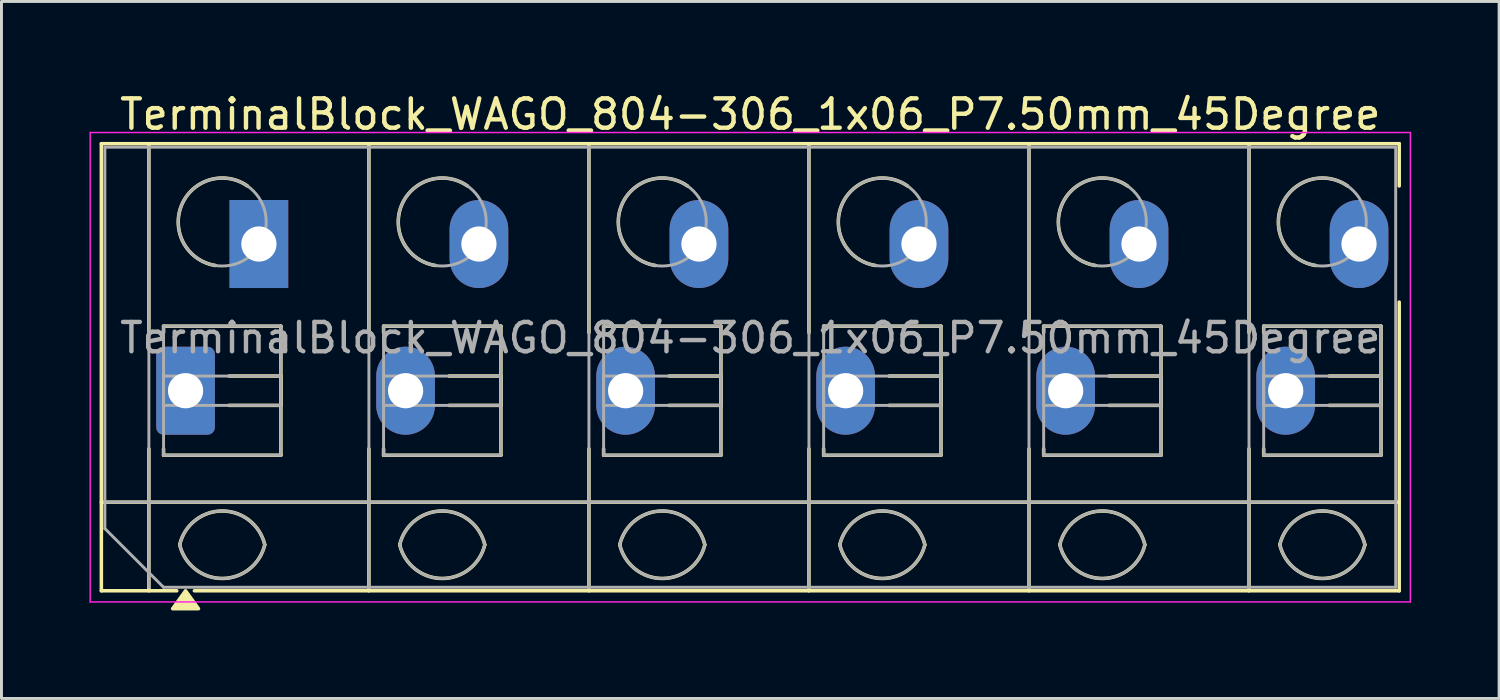
<source format=kicad_pcb>
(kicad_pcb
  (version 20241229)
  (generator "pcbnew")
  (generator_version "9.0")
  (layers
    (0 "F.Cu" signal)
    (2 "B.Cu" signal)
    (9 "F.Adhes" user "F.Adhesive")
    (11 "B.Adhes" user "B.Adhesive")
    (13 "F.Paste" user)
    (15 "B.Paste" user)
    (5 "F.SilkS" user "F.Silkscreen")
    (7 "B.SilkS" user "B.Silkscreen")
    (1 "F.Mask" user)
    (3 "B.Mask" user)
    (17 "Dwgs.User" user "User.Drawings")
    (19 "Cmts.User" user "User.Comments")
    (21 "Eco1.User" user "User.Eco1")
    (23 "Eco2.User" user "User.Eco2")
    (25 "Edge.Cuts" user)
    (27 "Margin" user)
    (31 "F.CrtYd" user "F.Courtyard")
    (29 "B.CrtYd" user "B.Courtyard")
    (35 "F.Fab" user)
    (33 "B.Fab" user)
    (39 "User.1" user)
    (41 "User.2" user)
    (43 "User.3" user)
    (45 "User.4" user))
  (footprint "TerminalBlock_WAGO_804-306_1x06_P7.50mm_45Degree"
    (layer "F.Cu")
    (at 3.275 10.268)
    (property "Reference" "TerminalBlock_WAGO_804-306_1x06_P7.50mm_45Degree" (at 19.25 -9.42 0) (layer "F.SilkS") (effects (font (size 1 1) (thickness 0.15))))
    (attr through_hole)
    (fp_line (start -2.87 -8.42) (end 41.37 -8.42) (stroke (width 0.12) (type solid)) (layer "F.SilkS"))
    (fp_line (start -2.87 3.8) (end 41.37 3.8) (stroke (width 0.12) (type solid)) (layer "F.SilkS"))
    (fp_line (start -2.87 6.82) (end -2.87 -8.42) (stroke (width 0.12) (type solid)) (layer "F.SilkS"))
    (fp_line (start -1.25 -8.42) (end -1.25 -1.98) (stroke (width 0.12) (type solid)) (layer "F.SilkS"))
    (fp_line (start -1.25 1.98) (end -1.25 6.82) (stroke (width 0.12) (type solid)) (layer "F.SilkS"))
    (fp_line (start -0.75 -2.2) (end 3.25 -2.2) (stroke (width 0.12) (type solid)) (layer "F.SilkS"))
    (fp_line (start -0.75 -1.98) (end -0.75 -2.2) (stroke (width 0.12) (type solid)) (layer "F.SilkS"))
    (fp_line (start -0.75 2.2) (end -0.75 1.98) (stroke (width 0.12) (type solid)) (layer "F.SilkS"))
    (fp_line (start -0.3 6.82) (end -2.87 6.82) (stroke (width 0.12) (type solid)) (layer "F.SilkS"))
    (fp_line (start 1.48 -0.5) (end 3.25 -0.5) (stroke (width 0.12) (type solid)) (layer "F.SilkS"))
    (fp_line (start 3.25 -2.2) (end 3.25 2.2) (stroke (width 0.12) (type solid)) (layer "F.SilkS"))
    (fp_line (start 3.25 -0.5) (end 3.25 0.5) (stroke (width 0.12) (type solid)) (layer "F.SilkS"))
    (fp_line (start 3.25 0.5) (end 1.48 0.5) (stroke (width 0.12) (type solid)) (layer "F.SilkS"))
    (fp_line (start 3.25 2.2) (end -0.75 2.2) (stroke (width 0.12) (type solid)) (layer "F.SilkS"))
    (fp_line (start 6.25 -8.42) (end 6.25 -1.98) (stroke (width 0.12) (type solid)) (layer "F.SilkS"))
    (fp_line (start 6.25 1.98) (end 6.25 6.82) (stroke (width 0.12) (type solid)) (layer "F.SilkS"))
    (fp_line (start 6.75 -2.2) (end 10.75 -2.2) (stroke (width 0.12) (type solid)) (layer "F.SilkS"))
    (fp_line (start 6.75 -1.98) (end 6.75 -2.2) (stroke (width 0.12) (type solid)) (layer "F.SilkS"))
    (fp_line (start 6.75 2.2) (end 6.75 1.98) (stroke (width 0.12) (type solid)) (layer "F.SilkS"))
    (fp_line (start 8.98 -0.5) (end 10.75 -0.5) (stroke (width 0.12) (type solid)) (layer "F.SilkS"))
    (fp_line (start 10.75 -2.2) (end 10.75 2.2) (stroke (width 0.12) (type solid)) (layer "F.SilkS"))
    (fp_line (start 10.75 -0.5) (end 10.75 0.5) (stroke (width 0.12) (type solid)) (layer "F.SilkS"))
    (fp_line (start 10.75 0.5) (end 8.98 0.5) (stroke (width 0.12) (type solid)) (layer "F.SilkS"))
    (fp_line (start 10.75 2.2) (end 6.75 2.2) (stroke (width 0.12) (type solid)) (layer "F.SilkS"))
    (fp_line (start 13.75 -8.42) (end 13.75 -1.98) (stroke (width 0.12) (type solid)) (layer "F.SilkS"))
    (fp_line (start 13.75 1.98) (end 13.75 6.82) (stroke (width 0.12) (type solid)) (layer "F.SilkS"))
    (fp_line (start 14.25 -2.2) (end 18.25 -2.2) (stroke (width 0.12) (type solid)) (layer "F.SilkS"))
    (fp_line (start 14.25 -1.98) (end 14.25 -2.2) (stroke (width 0.12) (type solid)) (layer "F.SilkS"))
    (fp_line (start 14.25 2.2) (end 14.25 1.98) (stroke (width 0.12) (type solid)) (layer "F.SilkS"))
    (fp_line (start 16.48 -0.5) (end 18.25 -0.5) (stroke (width 0.12) (type solid)) (layer "F.SilkS"))
    (fp_line (start 18.25 -2.2) (end 18.25 2.2) (stroke (width 0.12) (type solid)) (layer "F.SilkS"))
    (fp_line (start 18.25 -0.5) (end 18.25 0.5) (stroke (width 0.12) (type solid)) (layer "F.SilkS"))
    (fp_line (start 18.25 0.5) (end 16.48 0.5) (stroke (width 0.12) (type solid)) (layer "F.SilkS"))
    (fp_line (start 18.25 2.2) (end 14.25 2.2) (stroke (width 0.12) (type solid)) (layer "F.SilkS"))
    (fp_line (start 21.25 -8.42) (end 21.25 -1.98) (stroke (width 0.12) (type solid)) (layer "F.SilkS"))
    (fp_line (start 21.25 1.98) (end 21.25 6.82) (stroke (width 0.12) (type solid)) (layer "F.SilkS"))
    (fp_line (start 21.75 -2.2) (end 25.75 -2.2) (stroke (width 0.12) (type solid)) (layer "F.SilkS"))
    (fp_line (start 21.75 -1.98) (end 21.75 -2.2) (stroke (width 0.12) (type solid)) (layer "F.SilkS"))
    (fp_line (start 21.75 2.2) (end 21.75 1.98) (stroke (width 0.12) (type solid)) (layer "F.SilkS"))
    (fp_line (start 23.98 -0.5) (end 25.75 -0.5) (stroke (width 0.12) (type solid)) (layer "F.SilkS"))
    (fp_line (start 25.75 -2.2) (end 25.75 2.2) (stroke (width 0.12) (type solid)) (layer "F.SilkS"))
    (fp_line (start 25.75 -0.5) (end 25.75 0.5) (stroke (width 0.12) (type solid)) (layer "F.SilkS"))
    (fp_line (start 25.75 0.5) (end 23.98 0.5) (stroke (width 0.12) (type solid)) (layer "F.SilkS"))
    (fp_line (start 25.75 2.2) (end 21.75 2.2) (stroke (width 0.12) (type solid)) (layer "F.SilkS"))
    (fp_line (start 28.75 -8.42) (end 28.75 -1.98) (stroke (width 0.12) (type solid)) (layer "F.SilkS"))
    (fp_line (start 28.75 1.98) (end 28.75 6.82) (stroke (width 0.12) (type solid)) (layer "F.SilkS"))
    (fp_line (start 29.25 -2.2) (end 33.25 -2.2) (stroke (width 0.12) (type solid)) (layer "F.SilkS"))
    (fp_line (start 29.25 -1.98) (end 29.25 -2.2) (stroke (width 0.12) (type solid)) (layer "F.SilkS"))
    (fp_line (start 29.25 2.2) (end 29.25 1.98) (stroke (width 0.12) (type solid)) (layer "F.SilkS"))
    (fp_line (start 31.48 -0.5) (end 33.25 -0.5) (stroke (width 0.12) (type solid)) (layer "F.SilkS"))
    (fp_line (start 33.25 -2.2) (end 33.25 2.2) (stroke (width 0.12) (type solid)) (layer "F.SilkS"))
    (fp_line (start 33.25 -0.5) (end 33.25 0.5) (stroke (width 0.12) (type solid)) (layer "F.SilkS"))
    (fp_line (start 33.25 0.5) (end 31.48 0.5) (stroke (width 0.12) (type solid)) (layer "F.SilkS"))
    (fp_line (start 33.25 2.2) (end 29.25 2.2) (stroke (width 0.12) (type solid)) (layer "F.SilkS"))
    (fp_line (start 36.25 -8.42) (end 36.25 -1.98) (stroke (width 0.12) (type solid)) (layer "F.SilkS"))
    (fp_line (start 36.25 1.98) (end 36.25 6.82) (stroke (width 0.12) (type solid)) (layer "F.SilkS"))
    (fp_line (start 36.75 -2.2) (end 40.75 -2.2) (stroke (width 0.12) (type solid)) (layer "F.SilkS"))
    (fp_line (start 36.75 -1.98) (end 36.75 -2.2) (stroke (width 0.12) (type solid)) (layer "F.SilkS"))
    (fp_line (start 36.75 2.2) (end 36.75 1.98) (stroke (width 0.12) (type solid)) (layer "F.SilkS"))
    (fp_line (start 38.98 -0.5) (end 40.75 -0.5) (stroke (width 0.12) (type solid)) (layer "F.SilkS"))
    (fp_line (start 40.75 -2.2) (end 40.75 2.2) (stroke (width 0.12) (type solid)) (layer "F.SilkS"))
    (fp_line (start 40.75 -0.5) (end 40.75 0.5) (stroke (width 0.12) (type solid)) (layer "F.SilkS"))
    (fp_line (start 40.75 0.5) (end 38.98 0.5) (stroke (width 0.12) (type solid)) (layer "F.SilkS"))
    (fp_line (start 40.75 2.2) (end 36.75 2.2) (stroke (width 0.12) (type solid)) (layer "F.SilkS"))
    (fp_line (start 41.37 -8.42) (end 41.37 -6.98) (stroke (width 0.12) (type solid)) (layer "F.SilkS"))
    (fp_line (start 41.37 -3.02) (end 41.37 6.82) (stroke (width 0.12) (type solid)) (layer "F.SilkS"))
    (fp_line (start 41.37 6.82) (end 0.3 6.82) (stroke (width 0.12) (type solid)) (layer "F.SilkS"))
    (fp_arc (start -0.2 5.25) (mid 1.25 4.1) (end 2.7 5.25) (stroke (width 0.12) (type solid)) (layer "F.SilkS"))
    (fp_arc (start 1.02 -4.268) (mid -0.141916 -6.309209) (end 2.109 -6.98) (stroke (width 0.12) (type solid)) (layer "F.SilkS"))
    (fp_arc (start 2.7 5.25) (mid 1.25 6.4) (end -0.2 5.25) (stroke (width 0.12) (type solid)) (layer "F.SilkS"))
    (fp_arc (start 7.3 5.25) (mid 8.75 4.1) (end 10.2 5.25) (stroke (width 0.12) (type solid)) (layer "F.SilkS"))
    (fp_arc (start 8.52 -4.268) (mid 7.358084 -6.309209) (end 9.609 -6.98) (stroke (width 0.12) (type solid)) (layer "F.SilkS"))
    (fp_arc (start 10.2 5.25) (mid 8.75 6.4) (end 7.3 5.25) (stroke (width 0.12) (type solid)) (layer "F.SilkS"))
    (fp_arc (start 14.8 5.25) (mid 16.25 4.1) (end 17.7 5.25) (stroke (width 0.12) (type solid)) (layer "F.SilkS"))
    (fp_arc (start 16.02 -4.268) (mid 14.858084 -6.309209) (end 17.109 -6.98) (stroke (width 0.12) (type solid)) (layer "F.SilkS"))
    (fp_arc (start 17.7 5.25) (mid 16.25 6.4) (end 14.8 5.25) (stroke (width 0.12) (type solid)) (layer "F.SilkS"))
    (fp_arc (start 22.3 5.25) (mid 23.75 4.1) (end 25.2 5.25) (stroke (width 0.12) (type solid)) (layer "F.SilkS"))
    (fp_arc (start 23.52 -4.268) (mid 22.358084 -6.309209) (end 24.609 -6.98) (stroke (width 0.12) (type solid)) (layer "F.SilkS"))
    (fp_arc (start 25.2 5.25) (mid 23.75 6.4) (end 22.3 5.25) (stroke (width 0.12) (type solid)) (layer "F.SilkS"))
    (fp_arc (start 29.8 5.25) (mid 31.25 4.1) (end 32.7 5.25) (stroke (width 0.12) (type solid)) (layer "F.SilkS"))
    (fp_arc (start 31.02 -4.268) (mid 29.858084 -6.309209) (end 32.109 -6.98) (stroke (width 0.12) (type solid)) (layer "F.SilkS"))
    (fp_arc (start 32.7 5.25) (mid 31.25 6.4) (end 29.8 5.25) (stroke (width 0.12) (type solid)) (layer "F.SilkS"))
    (fp_arc (start 37.3 5.25) (mid 38.75 4.1) (end 40.2 5.25) (stroke (width 0.12) (type solid)) (layer "F.SilkS"))
    (fp_arc (start 38.52 -4.268) (mid 37.358084 -6.309209) (end 39.609 -6.98) (stroke (width 0.12) (type solid)) (layer "F.SilkS"))
    (fp_arc (start 40.2 5.25) (mid 38.75 6.4) (end 37.3 5.25) (stroke (width 0.12) (type solid)) (layer "F.SilkS"))
    (fp_poly (pts (xy 0 6.82) (xy 0.44 7.43) (xy -0.44 7.43)) (stroke (width 0.12) (type solid)) (fill yes) (layer "F.SilkS"))
    (fp_line (start -3.25 -8.8) (end -3.25 7.2) (stroke (width 0.05) (type solid)) (layer "F.CrtYd"))
    (fp_line (start -3.25 7.2) (end 41.75 7.2) (stroke (width 0.05) (type solid)) (layer "F.CrtYd"))
    (fp_line (start 41.75 -8.8) (end -3.25 -8.8) (stroke (width 0.05) (type solid)) (layer "F.CrtYd"))
    (fp_line (start 41.75 7.2) (end 41.75 -8.8) (stroke (width 0.05) (type solid)) (layer "F.CrtYd"))
    (fp_line (start -2.75 -8.3) (end 41.25 -8.3) (stroke (width 0.1) (type solid)) (layer "F.Fab"))
    (fp_line (start -2.75 3.8) (end 41.25 3.8) (stroke (width 0.1) (type solid)) (layer "F.Fab"))
    (fp_line (start -2.75 4.7) (end -2.75 -8.3) (stroke (width 0.1) (type solid)) (layer "F.Fab"))
    (fp_line (start -1.25 -8.3) (end -1.25 6.7) (stroke (width 0.1) (type solid)) (layer "F.Fab"))
    (fp_line (start -0.75 -2.2) (end -0.75 2.2) (stroke (width 0.1) (type solid)) (layer "F.Fab"))
    (fp_line (start -0.75 -0.5) (end -0.75 0.5) (stroke (width 0.1) (type solid)) (layer "F.Fab"))
    (fp_line (start -0.75 0.5) (end 3.25 0.5) (stroke (width 0.1) (type solid)) (layer "F.Fab"))
    (fp_line (start -0.75 2.2) (end 3.25 2.2) (stroke (width 0.1) (type solid)) (layer "F.Fab"))
    (fp_line (start -0.75 6.7) (end -2.75 4.7) (stroke (width 0.1) (type solid)) (layer "F.Fab"))
    (fp_line (start 3.25 -2.2) (end -0.75 -2.2) (stroke (width 0.1) (type solid)) (layer "F.Fab"))
    (fp_line (start 3.25 -0.5) (end -0.75 -0.5) (stroke (width 0.1) (type solid)) (layer "F.Fab"))
    (fp_line (start 3.25 0.5) (end 3.25 -0.5) (stroke (width 0.1) (type solid)) (layer "F.Fab"))
    (fp_line (start 3.25 2.2) (end 3.25 -2.2) (stroke (width 0.1) (type solid)) (layer "F.Fab"))
    (fp_line (start 6.25 -8.3) (end 6.25 6.7) (stroke (width 0.1) (type solid)) (layer "F.Fab"))
    (fp_line (start 6.75 -2.2) (end 6.75 2.2) (stroke (width 0.1) (type solid)) (layer "F.Fab"))
    (fp_line (start 6.75 -0.5) (end 6.75 0.5) (stroke (width 0.1) (type solid)) (layer "F.Fab"))
    (fp_line (start 6.75 0.5) (end 10.75 0.5) (stroke (width 0.1) (type solid)) (layer "F.Fab"))
    (fp_line (start 6.75 2.2) (end 10.75 2.2) (stroke (width 0.1) (type solid)) (layer "F.Fab"))
    (fp_line (start 10.75 -2.2) (end 6.75 -2.2) (stroke (width 0.1) (type solid)) (layer "F.Fab"))
    (fp_line (start 10.75 -0.5) (end 6.75 -0.5) (stroke (width 0.1) (type solid)) (layer "F.Fab"))
    (fp_line (start 10.75 0.5) (end 10.75 -0.5) (stroke (width 0.1) (type solid)) (layer "F.Fab"))
    (fp_line (start 10.75 2.2) (end 10.75 -2.2) (stroke (width 0.1) (type solid)) (layer "F.Fab"))
    (fp_line (start 13.75 -8.3) (end 13.75 6.7) (stroke (width 0.1) (type solid)) (layer "F.Fab"))
    (fp_line (start 14.25 -2.2) (end 14.25 2.2) (stroke (width 0.1) (type solid)) (layer "F.Fab"))
    (fp_line (start 14.25 -0.5) (end 14.25 0.5) (stroke (width 0.1) (type solid)) (layer "F.Fab"))
    (fp_line (start 14.25 0.5) (end 18.25 0.5) (stroke (width 0.1) (type solid)) (layer "F.Fab"))
    (fp_line (start 14.25 2.2) (end 18.25 2.2) (stroke (width 0.1) (type solid)) (layer "F.Fab"))
    (fp_line (start 18.25 -2.2) (end 14.25 -2.2) (stroke (width 0.1) (type solid)) (layer "F.Fab"))
    (fp_line (start 18.25 -0.5) (end 14.25 -0.5) (stroke (width 0.1) (type solid)) (layer "F.Fab"))
    (fp_line (start 18.25 0.5) (end 18.25 -0.5) (stroke (width 0.1) (type solid)) (layer "F.Fab"))
    (fp_line (start 18.25 2.2) (end 18.25 -2.2) (stroke (width 0.1) (type solid)) (layer "F.Fab"))
    (fp_line (start 21.25 -8.3) (end 21.25 6.7) (stroke (width 0.1) (type solid)) (layer "F.Fab"))
    (fp_line (start 21.75 -2.2) (end 21.75 2.2) (stroke (width 0.1) (type solid)) (layer "F.Fab"))
    (fp_line (start 21.75 -0.5) (end 21.75 0.5) (stroke (width 0.1) (type solid)) (layer "F.Fab"))
    (fp_line (start 21.75 0.5) (end 25.75 0.5) (stroke (width 0.1) (type solid)) (layer "F.Fab"))
    (fp_line (start 21.75 2.2) (end 25.75 2.2) (stroke (width 0.1) (type solid)) (layer "F.Fab"))
    (fp_line (start 25.75 -2.2) (end 21.75 -2.2) (stroke (width 0.1) (type solid)) (layer "F.Fab"))
    (fp_line (start 25.75 -0.5) (end 21.75 -0.5) (stroke (width 0.1) (type solid)) (layer "F.Fab"))
    (fp_line (start 25.75 0.5) (end 25.75 -0.5) (stroke (width 0.1) (type solid)) (layer "F.Fab"))
    (fp_line (start 25.75 2.2) (end 25.75 -2.2) (stroke (width 0.1) (type solid)) (layer "F.Fab"))
    (fp_line (start 28.75 -8.3) (end 28.75 6.7) (stroke (width 0.1) (type solid)) (layer "F.Fab"))
    (fp_line (start 29.25 -2.2) (end 29.25 2.2) (stroke (width 0.1) (type solid)) (layer "F.Fab"))
    (fp_line (start 29.25 -0.5) (end 29.25 0.5) (stroke (width 0.1) (type solid)) (layer "F.Fab"))
    (fp_line (start 29.25 0.5) (end 33.25 0.5) (stroke (width 0.1) (type solid)) (layer "F.Fab"))
    (fp_line (start 29.25 2.2) (end 33.25 2.2) (stroke (width 0.1) (type solid)) (layer "F.Fab"))
    (fp_line (start 33.25 -2.2) (end 29.25 -2.2) (stroke (width 0.1) (type solid)) (layer "F.Fab"))
    (fp_line (start 33.25 -0.5) (end 29.25 -0.5) (stroke (width 0.1) (type solid)) (layer "F.Fab"))
    (fp_line (start 33.25 0.5) (end 33.25 -0.5) (stroke (width 0.1) (type solid)) (layer "F.Fab"))
    (fp_line (start 33.25 2.2) (end 33.25 -2.2) (stroke (width 0.1) (type solid)) (layer "F.Fab"))
    (fp_line (start 36.25 -8.3) (end 36.25 6.7) (stroke (width 0.1) (type solid)) (layer "F.Fab"))
    (fp_line (start 36.75 -2.2) (end 36.75 2.2) (stroke (width 0.1) (type solid)) (layer "F.Fab"))
    (fp_line (start 36.75 -0.5) (end 36.75 0.5) (stroke (width 0.1) (type solid)) (layer "F.Fab"))
    (fp_line (start 36.75 0.5) (end 40.75 0.5) (stroke (width 0.1) (type solid)) (layer "F.Fab"))
    (fp_line (start 36.75 2.2) (end 40.75 2.2) (stroke (width 0.1) (type solid)) (layer "F.Fab"))
    (fp_line (start 40.75 -2.2) (end 36.75 -2.2) (stroke (width 0.1) (type solid)) (layer "F.Fab"))
    (fp_line (start 40.75 -0.5) (end 36.75 -0.5) (stroke (width 0.1) (type solid)) (layer "F.Fab"))
    (fp_line (start 40.75 0.5) (end 40.75 -0.5) (stroke (width 0.1) (type solid)) (layer "F.Fab"))
    (fp_line (start 40.75 2.2) (end 40.75 -2.2) (stroke (width 0.1) (type solid)) (layer "F.Fab"))
    (fp_line (start 41.25 -8.3) (end 41.25 6.7) (stroke (width 0.1) (type solid)) (layer "F.Fab"))
    (fp_line (start 41.25 6.7) (end -0.75 6.7) (stroke (width 0.1) (type solid)) (layer "F.Fab"))
    (fp_arc (start -0.2 5.25) (mid 1.25 4.1) (end 2.7 5.25) (stroke (width 0.1) (type solid)) (layer "F.Fab"))
    (fp_arc (start 2.7 5.25) (mid 1.25 6.4) (end -0.2 5.25) (stroke (width 0.1) (type solid)) (layer "F.Fab"))
    (fp_arc (start 7.3 5.25) (mid 8.75 4.1) (end 10.2 5.25) (stroke (width 0.1) (type solid)) (layer "F.Fab"))
    (fp_arc (start 10.2 5.25) (mid 8.75 6.4) (end 7.3 5.25) (stroke (width 0.1) (type solid)) (layer "F.Fab"))
    (fp_arc (start 14.8 5.25) (mid 16.25 4.1) (end 17.7 5.25) (stroke (width 0.1) (type solid)) (layer "F.Fab"))
    (fp_arc (start 17.7 5.25) (mid 16.25 6.4) (end 14.8 5.25) (stroke (width 0.1) (type solid)) (layer "F.Fab"))
    (fp_arc (start 22.3 5.25) (mid 23.75 4.1) (end 25.2 5.25) (stroke (width 0.1) (type solid)) (layer "F.Fab"))
    (fp_arc (start 25.2 5.25) (mid 23.75 6.4) (end 22.3 5.25) (stroke (width 0.1) (type solid)) (layer "F.Fab"))
    (fp_arc (start 29.8 5.25) (mid 31.25 4.1) (end 32.7 5.25) (stroke (width 0.1) (type solid)) (layer "F.Fab"))
    (fp_arc (start 32.7 5.25) (mid 31.25 6.4) (end 29.8 5.25) (stroke (width 0.1) (type solid)) (layer "F.Fab"))
    (fp_arc (start 37.3 5.25) (mid 38.75 4.1) (end 40.2 5.25) (stroke (width 0.1) (type solid)) (layer "F.Fab"))
    (fp_arc (start 40.2 5.25) (mid 38.75 6.4) (end 37.3 5.25) (stroke (width 0.1) (type solid)) (layer "F.Fab"))
    (fp_circle (center 1.25 -5.75) (end 2.75 -5.75) (stroke (width 0.1) (type solid)) (fill no) (layer "F.Fab"))
    (fp_circle (center 8.75 -5.75) (end 10.25 -5.75) (stroke (width 0.1) (type solid)) (fill no) (layer "F.Fab"))
    (fp_circle (center 16.25 -5.75) (end 17.75 -5.75) (stroke (width 0.1) (type solid)) (fill no) (layer "F.Fab"))
    (fp_circle (center 23.75 -5.75) (end 25.25 -5.75) (stroke (width 0.1) (type solid)) (fill no) (layer "F.Fab"))
    (fp_circle (center 31.25 -5.75) (end 32.75 -5.75) (stroke (width 0.1) (type solid)) (fill no) (layer "F.Fab"))
    (fp_circle (center 38.75 -5.75) (end 40.25 -5.75) (stroke (width 0.1) (type solid)) (fill no) (layer "F.Fab"))
    (fp_text user "${REFERENCE}" (at 19.25 -1.8 0) (layer "F.Fab") (effects (font (size 1 1) (thickness 0.15))))
    (pad "1" thru_hole roundrect (at 0 0) (size 2 3) (drill 1.2) (layers "*.Cu" "*.Mask") (roundrect_rratio 0.125))
    (pad "1" thru_hole rect (at 2.5 -5) (size 2 3) (drill 1.2) (layers "*.Cu" "*.Mask"))
    (pad "2" thru_hole oval (at 7.5 0) (size 2 3) (drill 1.2) (layers "*.Cu" "*.Mask"))
    (pad "2" thru_hole oval (at 10 -5) (size 2 3) (drill 1.2) (layers "*.Cu" "*.Mask"))
    (pad "3" thru_hole oval (at 15 0) (size 2 3) (drill 1.2) (layers "*.Cu" "*.Mask"))
    (pad "3" thru_hole oval (at 17.5 -5) (size 2 3) (drill 1.2) (layers "*.Cu" "*.Mask"))
    (pad "4" thru_hole oval (at 22.5 0) (size 2 3) (drill 1.2) (layers "*.Cu" "*.Mask"))
    (pad "4" thru_hole oval (at 25 -5) (size 2 3) (drill 1.2) (layers "*.Cu" "*.Mask"))
    (pad "5" thru_hole oval (at 30 0) (size 2 3) (drill 1.2) (layers "*.Cu" "*.Mask"))
    (pad "5" thru_hole oval (at 32.5 -5) (size 2 3) (drill 1.2) (layers "*.Cu" "*.Mask"))
    (pad "6" thru_hole oval (at 37.5 0) (size 2 3) (drill 1.2) (layers "*.Cu" "*.Mask"))
    (pad "6" thru_hole oval (at 40 -5) (size 2 3) (drill 1.2) (layers "*.Cu" "*.Mask")))
  (gr_rect
    (start -3 -3)
    (end 48.05 20.758)
    (stroke (width 0.1) (type default))
    (fill no)
    (layer "Edge.Cuts")))
</source>
